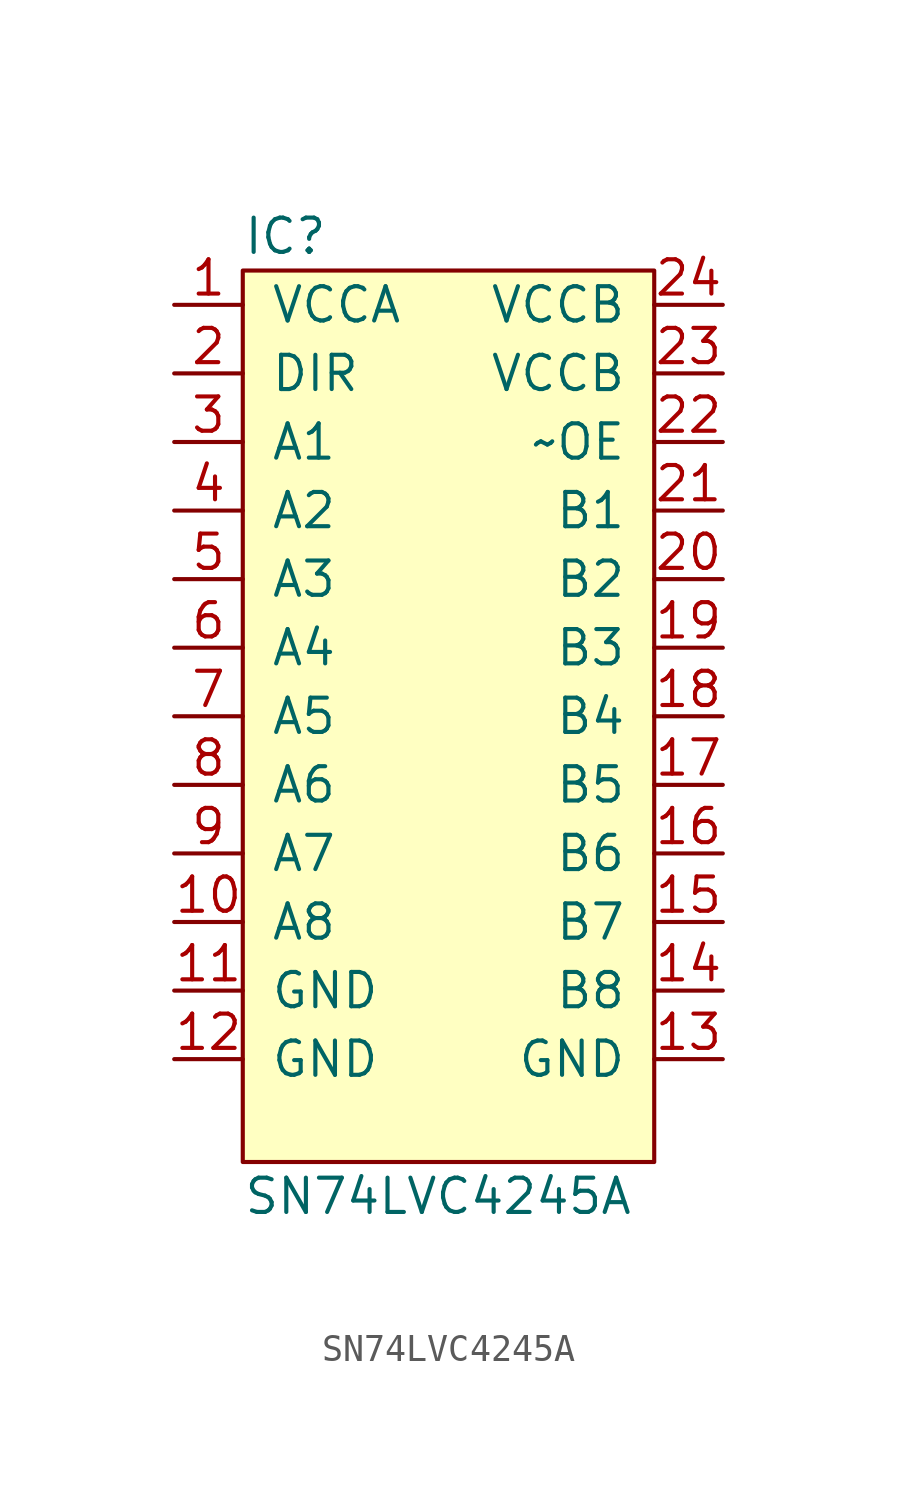
<source format=kicad_sym>
(kicad_symbol_lib
  (version 20211014)
  (generator agg_kicad.build_lib_ic)
  (symbol "SN74LVC4245A"
    (pin_names
      (offset 1.016))
    (property Reference IC
      (at -7.62 17.78 0)
      (effects (font (size 1.27 1.27)) (justify left)))
    (property Value "SN74LVC4245A"
      (at -7.62 -17.78 0)
      (effects (font (size 1.27 1.27)) (justify left)))
    (symbol "SN74LVC4245A_0_0"
      (rectangle (start -7.62 16.51) (end 7.62 -16.51) (stroke (width 0) (type default) (color 0 0 0 0)) (fill (type background)))
      (pin power_in line (at -10.16 15.24 0) (length 2.54) (name VCCA (effects (font (size 1.27 1.27)))) (number "1" (effects (font (size 1.27 1.27)))))
      (pin input line (at -10.16 12.7 0) (length 2.54) (name DIR (effects (font (size 1.27 1.27)))) (number "2" (effects (font (size 1.27 1.27)))))
      (pin bidirectional line (at -10.16 10.16 0) (length 2.54) (name "A1" (effects (font (size 1.27 1.27)))) (number "3" (effects (font (size 1.27 1.27)))))
      (pin bidirectional line (at -10.16 7.62 0) (length 2.54) (name "A2" (effects (font (size 1.27 1.27)))) (number "4" (effects (font (size 1.27 1.27)))))
      (pin bidirectional line (at -10.16 5.08 0) (length 2.54) (name "A3" (effects (font (size 1.27 1.27)))) (number "5" (effects (font (size 1.27 1.27)))))
      (pin bidirectional line (at -10.16 2.54 0) (length 2.54) (name "A4" (effects (font (size 1.27 1.27)))) (number "6" (effects (font (size 1.27 1.27)))))
      (pin bidirectional line (at -10.16 0 0) (length 2.54) (name "A5" (effects (font (size 1.27 1.27)))) (number "7" (effects (font (size 1.27 1.27)))))
      (pin bidirectional line (at -10.16 -2.54 0) (length 2.54) (name "A6" (effects (font (size 1.27 1.27)))) (number "8" (effects (font (size 1.27 1.27)))))
      (pin bidirectional line (at -10.16 -5.08 0) (length 2.54) (name "A7" (effects (font (size 1.27 1.27)))) (number "9" (effects (font (size 1.27 1.27)))))
      (pin bidirectional line (at -10.16 -7.62 0) (length 2.54) (name "A8" (effects (font (size 1.27 1.27)))) (number "10" (effects (font (size 1.27 1.27)))))
      (pin power_in line (at -10.16 -10.16 0) (length 2.54) (name GND (effects (font (size 1.27 1.27)))) (number "11" (effects (font (size 1.27 1.27)))))
      (pin power_in line (at -10.16 -12.7 0) (length 2.54) (name GND (effects (font (size 1.27 1.27)))) (number "12" (effects (font (size 1.27 1.27)))))
      (pin power_in line (at 10.16 15.24 180) (length 2.54) (name VCCB (effects (font (size 1.27 1.27)))) (number "24" (effects (font (size 1.27 1.27)))))
      (pin power_in line (at 10.16 12.7 180) (length 2.54) (name VCCB (effects (font (size 1.27 1.27)))) (number "23" (effects (font (size 1.27 1.27)))))
      (pin input line (at 10.16 10.16 180) (length 2.54) (name "~OE" (effects (font (size 1.27 1.27)))) (number "22" (effects (font (size 1.27 1.27)))))
      (pin bidirectional line (at 10.16 7.62 180) (length 2.54) (name "B1" (effects (font (size 1.27 1.27)))) (number "21" (effects (font (size 1.27 1.27)))))
      (pin bidirectional line (at 10.16 5.08 180) (length 2.54) (name "B2" (effects (font (size 1.27 1.27)))) (number "20" (effects (font (size 1.27 1.27)))))
      (pin bidirectional line (at 10.16 2.54 180) (length 2.54) (name "B3" (effects (font (size 1.27 1.27)))) (number "19" (effects (font (size 1.27 1.27)))))
      (pin bidirectional line (at 10.16 0 180) (length 2.54) (name "B4" (effects (font (size 1.27 1.27)))) (number "18" (effects (font (size 1.27 1.27)))))
      (pin bidirectional line (at 10.16 -2.54 180) (length 2.54) (name "B5" (effects (font (size 1.27 1.27)))) (number "17" (effects (font (size 1.27 1.27)))))
      (pin bidirectional line (at 10.16 -5.08 180) (length 2.54) (name "B6" (effects (font (size 1.27 1.27)))) (number "16" (effects (font (size 1.27 1.27)))))
      (pin bidirectional line (at 10.16 -7.62 180) (length 2.54) (name "B7" (effects (font (size 1.27 1.27)))) (number "15" (effects (font (size 1.27 1.27)))))
      (pin bidirectional line (at 10.16 -10.16 180) (length 2.54) (name "B8" (effects (font (size 1.27 1.27)))) (number "14" (effects (font (size 1.27 1.27)))))
      (pin power_in line (at 10.16 -12.7 180) (length 2.54) (name GND (effects (font (size 1.27 1.27)))) (number "13" (effects (font (size 1.27 1.27))))))))
</source>
